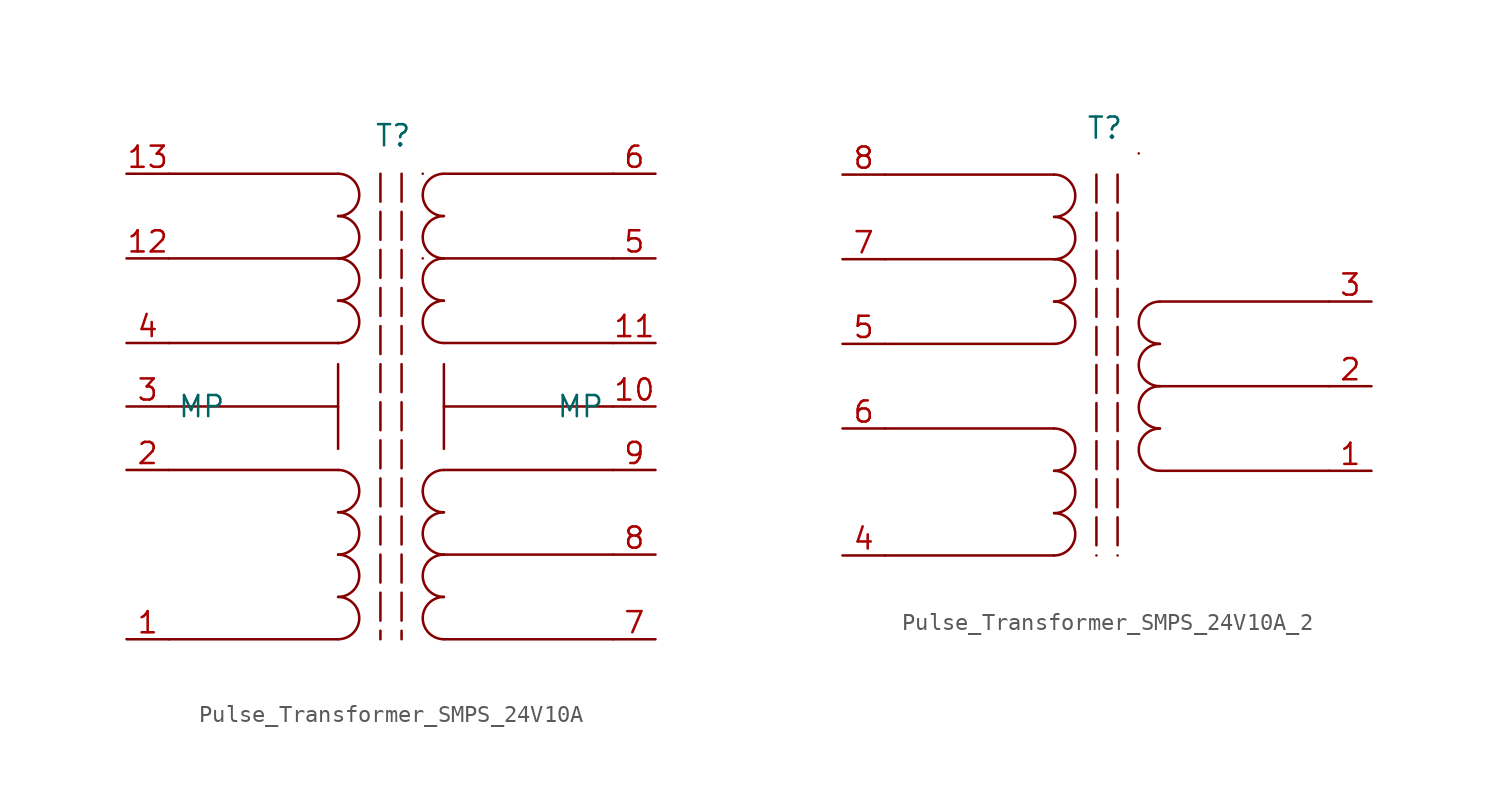
<source format=kicad_sym>
(kicad_symbol_lib
  (version 20241209)
  (generator "kicad_symbol_editor")
  (generator_version "9.0")
  (symbol "Pulse_Transformer_SMPS_24V10A"
    (property "Reference" "T"
      (at -0.508 14.986 0)
      (effects (font (size 1.27 1.27))))
    (property "Value" ""
      (at 0 0 0)
      (effects (font (size 1.27 1.27))))
    (symbol "Pulse_Transformer_SMPS_24V10A_0_1"
      (polyline (pts (xy -13.97 12.7) (xy -3.81 12.7)) (stroke (width 0) (type default)) (fill (type none)))
      (polyline (pts (xy -13.97 7.62) (xy -3.81 7.62)) (stroke (width 0) (type default)) (fill (type none)))
      (polyline (pts (xy -13.97 2.54) (xy -3.81 2.54)) (stroke (width 0) (type default)) (fill (type none)))
      (polyline (pts (xy -13.97 -1.27) (xy -3.81 -1.27)) (stroke (width 0) (type default)) (fill (type none)))
      (polyline (pts (xy -13.97 -5.08) (xy -3.81 -5.08)) (stroke (width 0) (type default)) (fill (type none)))
      (polyline (pts (xy -13.97 -15.24) (xy -3.81 -15.24)) (stroke (width 0) (type default)) (fill (type none)))
      (arc (start -3.81 12.7) (mid -2.54 11.43) (end -3.81 10.16) (stroke (width 0) (type default)) (fill (type none)))
      (arc (start -3.81 10.16) (mid -2.54 8.89) (end -3.81 7.62) (stroke (width 0) (type default)) (fill (type none)))
      (arc (start -3.81 7.62) (mid -2.54 6.35) (end -3.81 5.08) (stroke (width 0) (type default)) (fill (type none)))
      (arc (start -3.81 5.08) (mid -2.54 3.81) (end -3.81 2.54) (stroke (width 0) (type default)) (fill (type none)))
      (polyline (pts (xy -3.81 2.54) (xy -3.81 2.54)) (stroke (width 0) (type default)) (fill (type none)))
      (polyline (pts (xy -3.81 1.27) (xy -3.81 -3.81)) (stroke (width 0) (type default)) (fill (type none)))
      (arc (start -3.81 -5.08) (mid -2.54 -6.35) (end -3.81 -7.62) (stroke (width 0) (type default)) (fill (type none)))
      (arc (start -3.81 -7.62) (mid -2.54 -8.89) (end -3.81 -10.16) (stroke (width 0) (type default)) (fill (type none)))
      (arc (start -3.81 -10.16) (mid -2.54 -11.43) (end -3.81 -12.7) (stroke (width 0) (type default)) (fill (type none)))
      (arc (start -3.81 -12.7) (mid -2.54 -13.97) (end -3.81 -15.24) (stroke (width 0) (type default)) (fill (type none)))
      (polyline (pts (xy 1.27 12.7) (xy 1.27 12.7)) (stroke (width 0) (type default)) (fill (type none)))
      (polyline (pts (xy 1.27 7.62) (xy 1.27 7.62)) (stroke (width 0) (type default)) (fill (type none)))
      (polyline (pts (xy 2.54 12.7) (xy 12.7 12.7)) (stroke (width 0) (type default)) (fill (type none)))
      (arc (start 2.54 10.16) (mid 1.27 11.43) (end 2.54 12.7) (stroke (width 0) (type default)) (fill (type none)))
      (arc (start 2.54 7.62) (mid 1.27 8.89) (end 2.54 10.16) (stroke (width 0) (type default)) (fill (type none)))
      (polyline (pts (xy 2.54 7.62) (xy 12.7 7.62)) (stroke (width 0) (type default)) (fill (type none)))
      (arc (start 2.54 5.08) (mid 1.27 6.35) (end 2.54 7.62) (stroke (width 0) (type default)) (fill (type none)))
      (arc (start 2.54 2.54) (mid 1.27 3.81) (end 2.54 5.08) (stroke (width 0) (type default)) (fill (type none)))
      (polyline (pts (xy 2.54 2.54) (xy 12.7 2.54)) (stroke (width 0) (type default)) (fill (type none)))
      (polyline (pts (xy 2.54 1.27) (xy 2.54 -3.81)) (stroke (width 0) (type default)) (fill (type none)))
      (polyline (pts (xy 2.54 -1.27) (xy 12.7 -1.27)) (stroke (width 0) (type default)) (fill (type none)))
      (polyline (pts (xy 2.54 -5.08) (xy 12.7 -5.08)) (stroke (width 0) (type default)) (fill (type none)))
      (arc (start 2.54 -7.62) (mid 1.27 -6.35) (end 2.54 -5.08) (stroke (width 0) (type default)) (fill (type none)))
      (arc (start 2.54 -10.16) (mid 1.27 -8.89) (end 2.54 -7.62) (stroke (width 0) (type default)) (fill (type none)))
      (polyline (pts (xy 2.54 -10.16) (xy 12.7 -10.16)) (stroke (width 0) (type default)) (fill (type none)))
      (arc (start 2.54 -12.7) (mid 1.27 -11.43) (end 2.54 -10.16) (stroke (width 0) (type default)) (fill (type none)))
      (arc (start 2.54 -15.24) (mid 1.27 -13.97) (end 2.54 -12.7) (stroke (width 0) (type default)) (fill (type none)))
      (polyline (pts (xy 2.54 -15.24) (xy 12.7 -15.24)) (stroke (width 0) (type default)) (fill (type none))))
    (symbol "Pulse_Transformer_SMPS_24V10A_1_1"
      (polyline (pts (xy -1.27 12.7) (xy -1.27 -15.24)) (stroke (width 0) (type dash)) (fill (type none)))
      (polyline (pts (xy 0 12.7) (xy 0 -15.24)) (stroke (width 0) (type dash)) (fill (type none)))
      (pin input line (at -16.51 12.7 0) (length 2.54) (name "" (effects (font (size 1.27 1.27)))) (number "13" (effects (font (size 1.27 1.27)))))
      (pin input line (at -16.51 7.62 0) (length 2.54) (name "" (effects (font (size 1.27 1.27)))) (number "12" (effects (font (size 1.27 1.27)))))
      (pin input line (at -16.51 2.54 0) (length 2.54) (name "" (effects (font (size 1.27 1.27)))) (number "4" (effects (font (size 1.27 1.27)))))
      (pin passive line (at -16.51 -1.27 0) (length 2.54) (name "MP" (effects (font (size 1.27 1.27)))) (number "3" (effects (font (size 1.27 1.27)))))
      (pin input line (at -16.51 -5.08 0) (length 2.54) (name "" (effects (font (size 1.27 1.27)))) (number "2" (effects (font (size 1.27 1.27)))))
      (pin input line (at -16.51 -15.24 0) (length 2.54) (name "" (effects (font (size 1.27 1.27)))) (number "1" (effects (font (size 1.27 1.27)))))
      (pin output line (at 15.24 12.7 180) (length 2.54) (name "" (effects (font (size 1.27 1.27)))) (number "6" (effects (font (size 1.27 1.27)))))
      (pin output line (at 15.24 7.62 180) (length 2.54) (name "" (effects (font (size 1.27 1.27)))) (number "5" (effects (font (size 1.27 1.27)))))
      (pin output line (at 15.24 2.54 180) (length 2.54) (name "" (effects (font (size 1.27 1.27)))) (number "11" (effects (font (size 1.27 1.27)))))
      (pin passive line (at 15.24 -1.27 180) (length 2.54) (name "MP" (effects (font (size 1.27 1.27)))) (number "10" (effects (font (size 1.27 1.27)))))
      (pin output line (at 15.24 -5.08 180) (length 2.54) (name "" (effects (font (size 1.27 1.27)))) (number "9" (effects (font (size 1.27 1.27)))))
      (pin output line (at 15.24 -10.16 180) (length 2.54) (name "" (effects (font (size 1.27 1.27)))) (number "8" (effects (font (size 1.27 1.27)))))
      (pin output line (at 15.24 -15.24 180) (length 2.54) (name "" (effects (font (size 1.27 1.27)))) (number "7" (effects (font (size 1.27 1.27)))))))
  (symbol "Pulse_Transformer_SMPS_24V10A_2"
    (property "Reference" "T"
      (at 0.508 15.494 0)
      (effects (font (size 1.27 1.27))))
    (property "Value" ""
      (at 0 0 0)
      (effects (font (size 1.27 1.27))))
    (symbol "Pulse_Transformer_SMPS_24V10A_2_0_1"
      (polyline (pts (xy -12.7 12.7) (xy -2.54 12.7)) (stroke (width 0) (type default)) (fill (type none)))
      (polyline (pts (xy -12.7 7.62) (xy -2.54 7.62)) (stroke (width 0) (type default)) (fill (type none)))
      (polyline (pts (xy -12.7 2.54) (xy -2.54 2.54)) (stroke (width 0) (type default)) (fill (type none)))
      (polyline (pts (xy -12.7 -2.54) (xy -2.54 -2.54)) (stroke (width 0) (type default)) (fill (type none)))
      (polyline (pts (xy -12.7 -10.16) (xy -2.54 -10.16)) (stroke (width 0) (type default)) (fill (type none)))
      (arc (start -2.54 12.7) (mid -1.27 11.43) (end -2.54 10.16) (stroke (width 0) (type default)) (fill (type none)))
      (arc (start -2.54 10.16) (mid -1.27 8.89) (end -2.54 7.62) (stroke (width 0) (type default)) (fill (type none)))
      (arc (start -2.54 7.62) (mid -1.27 6.35) (end -2.54 5.08) (stroke (width 0) (type default)) (fill (type none)))
      (arc (start -2.54 5.08) (mid -1.27 3.81) (end -2.54 2.54) (stroke (width 0) (type default)) (fill (type none)))
      (arc (start -2.54 -2.54) (mid -1.27 -3.81) (end -2.54 -5.08) (stroke (width 0) (type default)) (fill (type none)))
      (arc (start -2.54 -5.08) (mid -1.27 -6.35) (end -2.54 -7.62) (stroke (width 0) (type default)) (fill (type none)))
      (arc (start -2.54 -7.62) (mid -1.27 -8.89) (end -2.54 -10.16) (stroke (width 0) (type default)) (fill (type none)))
      (polyline (pts (xy 2.54 13.97) (xy 2.54 13.97)) (stroke (width 0) (type default)) (fill (type none)))
      (polyline (pts (xy 3.81 5.08) (xy 13.97 5.08)) (stroke (width 0) (type default)) (fill (type none)))
      (arc (start 3.81 2.54) (mid 2.54 3.81) (end 3.81 5.08) (stroke (width 0) (type default)) (fill (type none)))
      (arc (start 3.81 0) (mid 2.54 1.27) (end 3.81 2.54) (stroke (width 0) (type default)) (fill (type none)))
      (polyline (pts (xy 3.81 0) (xy 13.97 0)) (stroke (width 0) (type default)) (fill (type none)))
      (arc (start 3.81 -2.54) (mid 2.54 -1.27) (end 3.81 0) (stroke (width 0) (type default)) (fill (type none)))
      (arc (start 3.81 -5.08) (mid 2.54 -3.81) (end 3.81 -2.54) (stroke (width 0) (type default)) (fill (type none)))
      (polyline (pts (xy 3.81 -5.08) (xy 13.97 -5.08)) (stroke (width 0) (type default)) (fill (type none))))
    (symbol "Pulse_Transformer_SMPS_24V10A_2_1_1"
      (polyline (pts (xy 0 12.7) (xy 0 -10.16)) (stroke (width 0) (type dash)) (fill (type none)))
      (polyline (pts (xy 1.27 12.7) (xy 1.27 -10.16)) (stroke (width 0) (type dash)) (fill (type none)))
      (pin input line (at -15.24 12.7 0) (length 2.54) (name "" (effects (font (size 1.27 1.27)))) (number "8" (effects (font (size 1.27 1.27)))))
      (pin input line (at -15.24 7.62 0) (length 2.54) (name "" (effects (font (size 1.27 1.27)))) (number "7" (effects (font (size 1.27 1.27)))))
      (pin input line (at -15.24 2.54 0) (length 2.54) (name "" (effects (font (size 1.27 1.27)))) (number "5" (effects (font (size 1.27 1.27)))))
      (pin input line (at -15.24 -2.54 0) (length 2.54) (name "" (effects (font (size 1.27 1.27)))) (number "6" (effects (font (size 1.27 1.27)))))
      (pin input line (at -15.24 -10.16 0) (length 2.54) (name "" (effects (font (size 1.27 1.27)))) (number "4" (effects (font (size 1.27 1.27)))))
      (pin output line (at 16.51 5.08 180) (length 2.54) (name "" (effects (font (size 1.27 1.27)))) (number "3" (effects (font (size 1.27 1.27)))))
      (pin output line (at 16.51 0 180) (length 2.54) (name "" (effects (font (size 1.27 1.27)))) (number "2" (effects (font (size 1.27 1.27)))))
      (pin output line (at 16.51 -5.08 180) (length 2.54) (name "" (effects (font (size 1.27 1.27)))) (number "1" (effects (font (size 1.27 1.27))))))))
</source>
